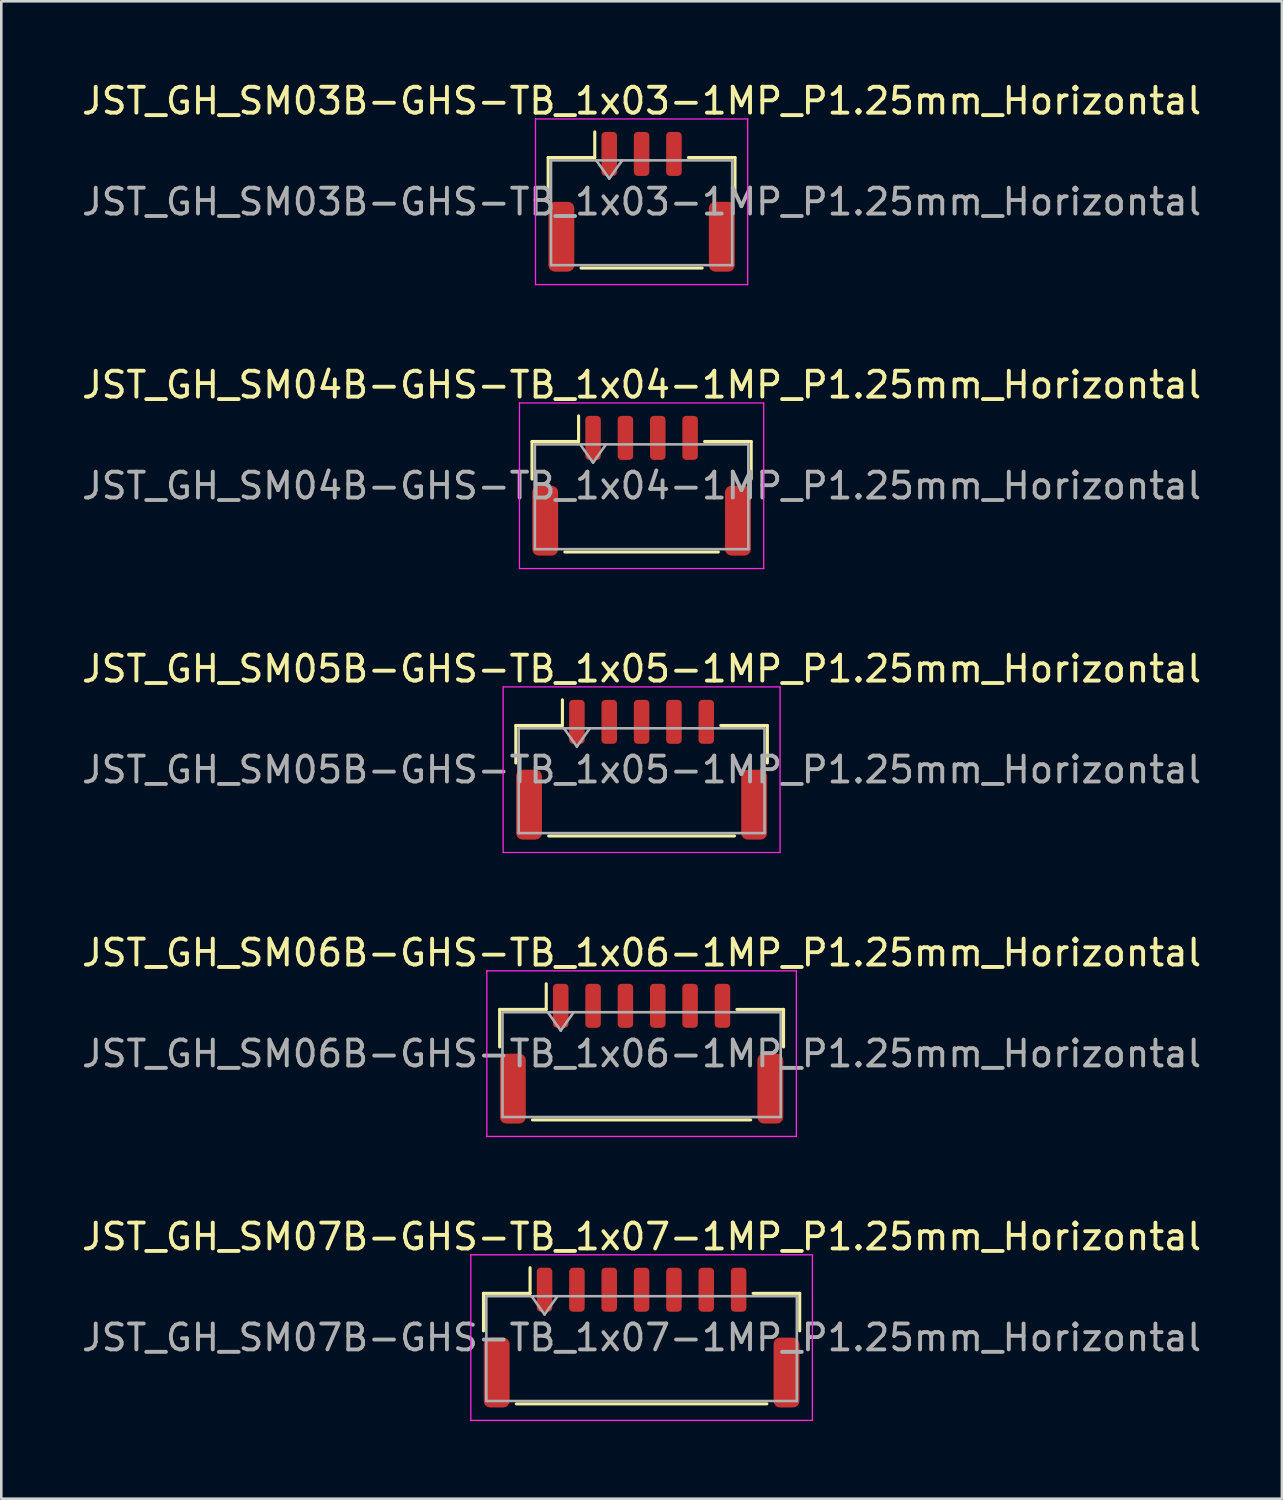
<source format=kicad_pcb>
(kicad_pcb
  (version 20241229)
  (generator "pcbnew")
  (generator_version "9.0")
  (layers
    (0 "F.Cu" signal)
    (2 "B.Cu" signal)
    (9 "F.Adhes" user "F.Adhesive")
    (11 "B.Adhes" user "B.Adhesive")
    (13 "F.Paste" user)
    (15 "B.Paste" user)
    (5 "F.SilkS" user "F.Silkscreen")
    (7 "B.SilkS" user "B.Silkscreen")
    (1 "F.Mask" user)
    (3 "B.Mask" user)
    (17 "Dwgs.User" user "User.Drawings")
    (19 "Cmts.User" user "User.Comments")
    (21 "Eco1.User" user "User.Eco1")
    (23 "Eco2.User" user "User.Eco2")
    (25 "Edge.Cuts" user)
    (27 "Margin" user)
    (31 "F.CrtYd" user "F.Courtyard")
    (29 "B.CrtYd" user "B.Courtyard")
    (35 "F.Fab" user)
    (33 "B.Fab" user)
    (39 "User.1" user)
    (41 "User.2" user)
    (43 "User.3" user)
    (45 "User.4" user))
  (footprint "JST_GH_SM05B-GHS-TB_1x05-1MP_P1.25mm_Horizontal"
    (layer "F.Cu")
    (at 21.744 26.695)
    (property "Reference" "JST_GH_SM05B-GHS-TB_1x05-1MP_P1.25mm_Horizontal" (at 0 -3.9 0) (layer "F.SilkS") (effects (font (size 1 1) (thickness 0.15))))
    (attr smd)
    (fp_line (start -4.86 -1.71) (end -3.06 -1.71) (stroke (width 0.12) (type solid)) (layer "F.SilkS"))
    (fp_line (start -4.86 -0.26) (end -4.86 -1.71) (stroke (width 0.12) (type solid)) (layer "F.SilkS"))
    (fp_line (start -3.59 2.56) (end 3.59 2.56) (stroke (width 0.12) (type solid)) (layer "F.SilkS"))
    (fp_line (start -3.06 -1.71) (end -3.06 -2.7) (stroke (width 0.12) (type solid)) (layer "F.SilkS"))
    (fp_line (start 4.86 -1.71) (end 3.06 -1.71) (stroke (width 0.12) (type solid)) (layer "F.SilkS"))
    (fp_line (start 4.86 -0.26) (end 4.86 -1.71) (stroke (width 0.12) (type solid)) (layer "F.SilkS"))
    (fp_line (start -5.35 -3.2) (end -5.35 3.2) (stroke (width 0.05) (type solid)) (layer "F.CrtYd"))
    (fp_line (start -5.35 3.2) (end 5.35 3.2) (stroke (width 0.05) (type solid)) (layer "F.CrtYd"))
    (fp_line (start 5.35 -3.2) (end -5.35 -3.2) (stroke (width 0.05) (type solid)) (layer "F.CrtYd"))
    (fp_line (start 5.35 3.2) (end 5.35 -3.2) (stroke (width 0.05) (type solid)) (layer "F.CrtYd"))
    (fp_line (start -4.75 -1.6) (end -4.75 2.45) (stroke (width 0.1) (type solid)) (layer "F.Fab"))
    (fp_line (start -4.75 -1.6) (end 4.75 -1.6) (stroke (width 0.1) (type solid)) (layer "F.Fab"))
    (fp_line (start -4.75 2.45) (end 4.75 2.45) (stroke (width 0.1) (type solid)) (layer "F.Fab"))
    (fp_line (start -3 -1.6) (end -2.5 -0.893) (stroke (width 0.1) (type solid)) (layer "F.Fab"))
    (fp_line (start -2.5 -0.893) (end -2 -1.6) (stroke (width 0.1) (type solid)) (layer "F.Fab"))
    (fp_line (start 4.75 -1.6) (end 4.75 2.45) (stroke (width 0.1) (type solid)) (layer "F.Fab"))
    (fp_text user "${REFERENCE}" (at 0 0 0) (layer "F.Fab") (effects (font (size 1 1) (thickness 0.15))))
    (pad "1" smd roundrect (at -2.5 -1.85) (size 0.6 1.7) (layers "F.Cu" "F.Mask" "F.Paste") (roundrect_rratio 0.25))
    (pad "2" smd roundrect (at -1.25 -1.85) (size 0.6 1.7) (layers "F.Cu" "F.Mask" "F.Paste") (roundrect_rratio 0.25))
    (pad "3" smd roundrect (at 0 -1.85) (size 0.6 1.7) (layers "F.Cu" "F.Mask" "F.Paste") (roundrect_rratio 0.25))
    (pad "4" smd roundrect (at 1.25 -1.85) (size 0.6 1.7) (layers "F.Cu" "F.Mask" "F.Paste") (roundrect_rratio 0.25))
    (pad "5" smd roundrect (at 2.5 -1.85) (size 0.6 1.7) (layers "F.Cu" "F.Mask" "F.Paste") (roundrect_rratio 0.25))
    (pad "MP" smd roundrect (at -4.35 1.35) (size 1 2.7) (layers "F.Cu" "F.Mask" "F.Paste") (roundrect_rratio 0.25))
    (pad "MP" smd roundrect (at 4.35 1.35) (size 1 2.7) (layers "F.Cu" "F.Mask" "F.Paste") (roundrect_rratio 0.25)))
  (footprint "JST_GH_SM06B-GHS-TB_1x06-1MP_P1.25mm_Horizontal"
    (layer "F.Cu")
    (at 21.744 37.668)
    (property "Reference" "JST_GH_SM06B-GHS-TB_1x06-1MP_P1.25mm_Horizontal" (at 0 -3.9 0) (layer "F.SilkS") (effects (font (size 1 1) (thickness 0.15))))
    (attr smd)
    (fp_line (start -5.485 -1.71) (end -3.685 -1.71) (stroke (width 0.12) (type solid)) (layer "F.SilkS"))
    (fp_line (start -5.485 -0.26) (end -5.485 -1.71) (stroke (width 0.12) (type solid)) (layer "F.SilkS"))
    (fp_line (start -4.215 2.56) (end 4.215 2.56) (stroke (width 0.12) (type solid)) (layer "F.SilkS"))
    (fp_line (start -3.685 -1.71) (end -3.685 -2.7) (stroke (width 0.12) (type solid)) (layer "F.SilkS"))
    (fp_line (start 5.485 -1.71) (end 3.685 -1.71) (stroke (width 0.12) (type solid)) (layer "F.SilkS"))
    (fp_line (start 5.485 -0.26) (end 5.485 -1.71) (stroke (width 0.12) (type solid)) (layer "F.SilkS"))
    (fp_line (start -5.98 -3.2) (end -5.98 3.2) (stroke (width 0.05) (type solid)) (layer "F.CrtYd"))
    (fp_line (start -5.98 3.2) (end 5.98 3.2) (stroke (width 0.05) (type solid)) (layer "F.CrtYd"))
    (fp_line (start 5.98 -3.2) (end -5.98 -3.2) (stroke (width 0.05) (type solid)) (layer "F.CrtYd"))
    (fp_line (start 5.98 3.2) (end 5.98 -3.2) (stroke (width 0.05) (type solid)) (layer "F.CrtYd"))
    (fp_line (start -5.375 -1.6) (end -5.375 2.45) (stroke (width 0.1) (type solid)) (layer "F.Fab"))
    (fp_line (start -5.375 -1.6) (end 5.375 -1.6) (stroke (width 0.1) (type solid)) (layer "F.Fab"))
    (fp_line (start -5.375 2.45) (end 5.375 2.45) (stroke (width 0.1) (type solid)) (layer "F.Fab"))
    (fp_line (start -3.625 -1.6) (end -3.125 -0.893) (stroke (width 0.1) (type solid)) (layer "F.Fab"))
    (fp_line (start -3.125 -0.893) (end -2.625 -1.6) (stroke (width 0.1) (type solid)) (layer "F.Fab"))
    (fp_line (start 5.375 -1.6) (end 5.375 2.45) (stroke (width 0.1) (type solid)) (layer "F.Fab"))
    (fp_text user "${REFERENCE}" (at 0 0 0) (layer "F.Fab") (effects (font (size 1 1) (thickness 0.15))))
    (pad "1" smd roundrect (at -3.125 -1.85) (size 0.6 1.7) (layers "F.Cu" "F.Mask" "F.Paste") (roundrect_rratio 0.25))
    (pad "2" smd roundrect (at -1.875 -1.85) (size 0.6 1.7) (layers "F.Cu" "F.Mask" "F.Paste") (roundrect_rratio 0.25))
    (pad "3" smd roundrect (at -0.625 -1.85) (size 0.6 1.7) (layers "F.Cu" "F.Mask" "F.Paste") (roundrect_rratio 0.25))
    (pad "4" smd roundrect (at 0.625 -1.85) (size 0.6 1.7) (layers "F.Cu" "F.Mask" "F.Paste") (roundrect_rratio 0.25))
    (pad "5" smd roundrect (at 1.875 -1.85) (size 0.6 1.7) (layers "F.Cu" "F.Mask" "F.Paste") (roundrect_rratio 0.25))
    (pad "6" smd roundrect (at 3.125 -1.85) (size 0.6 1.7) (layers "F.Cu" "F.Mask" "F.Paste") (roundrect_rratio 0.25))
    (pad "MP" smd roundrect (at -4.975 1.35) (size 1 2.7) (layers "F.Cu" "F.Mask" "F.Paste") (roundrect_rratio 0.25))
    (pad "MP" smd roundrect (at 4.975 1.35) (size 1 2.7) (layers "F.Cu" "F.Mask" "F.Paste") (roundrect_rratio 0.25)))
  (footprint "JST_GH_SM04B-GHS-TB_1x04-1MP_P1.25mm_Horizontal"
    (layer "F.Cu")
    (at 21.744 15.722)
    (property "Reference" "JST_GH_SM04B-GHS-TB_1x04-1MP_P1.25mm_Horizontal" (at 0 -3.9 0) (layer "F.SilkS") (effects (font (size 1 1) (thickness 0.15))))
    (attr smd)
    (fp_line (start -4.235 -1.71) (end -2.435 -1.71) (stroke (width 0.12) (type solid)) (layer "F.SilkS"))
    (fp_line (start -4.235 -0.26) (end -4.235 -1.71) (stroke (width 0.12) (type solid)) (layer "F.SilkS"))
    (fp_line (start -2.965 2.56) (end 2.965 2.56) (stroke (width 0.12) (type solid)) (layer "F.SilkS"))
    (fp_line (start -2.435 -1.71) (end -2.435 -2.7) (stroke (width 0.12) (type solid)) (layer "F.SilkS"))
    (fp_line (start 4.235 -1.71) (end 2.435 -1.71) (stroke (width 0.12) (type solid)) (layer "F.SilkS"))
    (fp_line (start 4.235 -0.26) (end 4.235 -1.71) (stroke (width 0.12) (type solid)) (layer "F.SilkS"))
    (fp_line (start -4.72 -3.2) (end -4.72 3.2) (stroke (width 0.05) (type solid)) (layer "F.CrtYd"))
    (fp_line (start -4.72 3.2) (end 4.72 3.2) (stroke (width 0.05) (type solid)) (layer "F.CrtYd"))
    (fp_line (start 4.72 -3.2) (end -4.72 -3.2) (stroke (width 0.05) (type solid)) (layer "F.CrtYd"))
    (fp_line (start 4.72 3.2) (end 4.72 -3.2) (stroke (width 0.05) (type solid)) (layer "F.CrtYd"))
    (fp_line (start -4.125 -1.6) (end -4.125 2.45) (stroke (width 0.1) (type solid)) (layer "F.Fab"))
    (fp_line (start -4.125 -1.6) (end 4.125 -1.6) (stroke (width 0.1) (type solid)) (layer "F.Fab"))
    (fp_line (start -4.125 2.45) (end 4.125 2.45) (stroke (width 0.1) (type solid)) (layer "F.Fab"))
    (fp_line (start -2.375 -1.6) (end -1.875 -0.893) (stroke (width 0.1) (type solid)) (layer "F.Fab"))
    (fp_line (start -1.875 -0.893) (end -1.375 -1.6) (stroke (width 0.1) (type solid)) (layer "F.Fab"))
    (fp_line (start 4.125 -1.6) (end 4.125 2.45) (stroke (width 0.1) (type solid)) (layer "F.Fab"))
    (fp_text user "${REFERENCE}" (at 0 0 0) (layer "F.Fab") (effects (font (size 1 1) (thickness 0.15))))
    (pad "1" smd roundrect (at -1.875 -1.85) (size 0.6 1.7) (layers "F.Cu" "F.Mask" "F.Paste") (roundrect_rratio 0.25))
    (pad "2" smd roundrect (at -0.625 -1.85) (size 0.6 1.7) (layers "F.Cu" "F.Mask" "F.Paste") (roundrect_rratio 0.25))
    (pad "3" smd roundrect (at 0.625 -1.85) (size 0.6 1.7) (layers "F.Cu" "F.Mask" "F.Paste") (roundrect_rratio 0.25))
    (pad "4" smd roundrect (at 1.875 -1.85) (size 0.6 1.7) (layers "F.Cu" "F.Mask" "F.Paste") (roundrect_rratio 0.25))
    (pad "MP" smd roundrect (at -3.725 1.35) (size 1 2.7) (layers "F.Cu" "F.Mask" "F.Paste") (roundrect_rratio 0.25))
    (pad "MP" smd roundrect (at 3.725 1.35) (size 1 2.7) (layers "F.Cu" "F.Mask" "F.Paste") (roundrect_rratio 0.25)))
  (footprint "JST_GH_SM03B-GHS-TB_1x03-1MP_P1.25mm_Horizontal"
    (layer "F.Cu")
    (at 21.744 4.748)
    (property "Reference" "JST_GH_SM03B-GHS-TB_1x03-1MP_P1.25mm_Horizontal" (at 0 -3.9 0) (layer "F.SilkS") (effects (font (size 1 1) (thickness 0.15))))
    (attr smd)
    (fp_line (start -3.61 -1.71) (end -1.81 -1.71) (stroke (width 0.12) (type solid)) (layer "F.SilkS"))
    (fp_line (start -3.61 -0.26) (end -3.61 -1.71) (stroke (width 0.12) (type solid)) (layer "F.SilkS"))
    (fp_line (start -2.34 2.56) (end 2.34 2.56) (stroke (width 0.12) (type solid)) (layer "F.SilkS"))
    (fp_line (start -1.81 -1.71) (end -1.81 -2.7) (stroke (width 0.12) (type solid)) (layer "F.SilkS"))
    (fp_line (start 3.61 -1.71) (end 1.81 -1.71) (stroke (width 0.12) (type solid)) (layer "F.SilkS"))
    (fp_line (start 3.61 -0.26) (end 3.61 -1.71) (stroke (width 0.12) (type solid)) (layer "F.SilkS"))
    (fp_line (start -4.1 -3.2) (end -4.1 3.2) (stroke (width 0.05) (type solid)) (layer "F.CrtYd"))
    (fp_line (start -4.1 3.2) (end 4.1 3.2) (stroke (width 0.05) (type solid)) (layer "F.CrtYd"))
    (fp_line (start 4.1 -3.2) (end -4.1 -3.2) (stroke (width 0.05) (type solid)) (layer "F.CrtYd"))
    (fp_line (start 4.1 3.2) (end 4.1 -3.2) (stroke (width 0.05) (type solid)) (layer "F.CrtYd"))
    (fp_line (start -3.5 -1.6) (end -3.5 2.45) (stroke (width 0.1) (type solid)) (layer "F.Fab"))
    (fp_line (start -3.5 -1.6) (end 3.5 -1.6) (stroke (width 0.1) (type solid)) (layer "F.Fab"))
    (fp_line (start -3.5 2.45) (end 3.5 2.45) (stroke (width 0.1) (type solid)) (layer "F.Fab"))
    (fp_line (start -1.75 -1.6) (end -1.25 -0.893) (stroke (width 0.1) (type solid)) (layer "F.Fab"))
    (fp_line (start -1.25 -0.893) (end -0.75 -1.6) (stroke (width 0.1) (type solid)) (layer "F.Fab"))
    (fp_line (start 3.5 -1.6) (end 3.5 2.45) (stroke (width 0.1) (type solid)) (layer "F.Fab"))
    (fp_text user "${REFERENCE}" (at 0 0 0) (layer "F.Fab") (effects (font (size 1 1) (thickness 0.15))))
    (pad "1" smd roundrect (at -1.25 -1.85) (size 0.6 1.7) (layers "F.Cu" "F.Mask" "F.Paste") (roundrect_rratio 0.25))
    (pad "2" smd roundrect (at 0 -1.85) (size 0.6 1.7) (layers "F.Cu" "F.Mask" "F.Paste") (roundrect_rratio 0.25))
    (pad "3" smd roundrect (at 1.25 -1.85) (size 0.6 1.7) (layers "F.Cu" "F.Mask" "F.Paste") (roundrect_rratio 0.25))
    (pad "MP" smd roundrect (at -3.1 1.35) (size 1 2.7) (layers "F.Cu" "F.Mask" "F.Paste") (roundrect_rratio 0.25))
    (pad "MP" smd roundrect (at 3.1 1.35) (size 1 2.7) (layers "F.Cu" "F.Mask" "F.Paste") (roundrect_rratio 0.25)))
  (footprint "JST_GH_SM07B-GHS-TB_1x07-1MP_P1.25mm_Horizontal"
    (layer "F.Cu")
    (at 21.744 48.641)
    (property "Reference" "JST_GH_SM07B-GHS-TB_1x07-1MP_P1.25mm_Horizontal" (at 0 -3.9 0) (layer "F.SilkS") (effects (font (size 1 1) (thickness 0.15))))
    (attr smd)
    (fp_line (start -6.11 -1.71) (end -4.31 -1.71) (stroke (width 0.12) (type solid)) (layer "F.SilkS"))
    (fp_line (start -6.11 -0.26) (end -6.11 -1.71) (stroke (width 0.12) (type solid)) (layer "F.SilkS"))
    (fp_line (start -4.84 2.56) (end 4.84 2.56) (stroke (width 0.12) (type solid)) (layer "F.SilkS"))
    (fp_line (start -4.31 -1.71) (end -4.31 -2.7) (stroke (width 0.12) (type solid)) (layer "F.SilkS"))
    (fp_line (start 6.11 -1.71) (end 4.31 -1.71) (stroke (width 0.12) (type solid)) (layer "F.SilkS"))
    (fp_line (start 6.11 -0.26) (end 6.11 -1.71) (stroke (width 0.12) (type solid)) (layer "F.SilkS"))
    (fp_line (start -6.6 -3.2) (end -6.6 3.2) (stroke (width 0.05) (type solid)) (layer "F.CrtYd"))
    (fp_line (start -6.6 3.2) (end 6.6 3.2) (stroke (width 0.05) (type solid)) (layer "F.CrtYd"))
    (fp_line (start 6.6 -3.2) (end -6.6 -3.2) (stroke (width 0.05) (type solid)) (layer "F.CrtYd"))
    (fp_line (start 6.6 3.2) (end 6.6 -3.2) (stroke (width 0.05) (type solid)) (layer "F.CrtYd"))
    (fp_line (start -6 -1.6) (end -6 2.45) (stroke (width 0.1) (type solid)) (layer "F.Fab"))
    (fp_line (start -6 -1.6) (end 6 -1.6) (stroke (width 0.1) (type solid)) (layer "F.Fab"))
    (fp_line (start -6 2.45) (end 6 2.45) (stroke (width 0.1) (type solid)) (layer "F.Fab"))
    (fp_line (start -4.25 -1.6) (end -3.75 -0.893) (stroke (width 0.1) (type solid)) (layer "F.Fab"))
    (fp_line (start -3.75 -0.893) (end -3.25 -1.6) (stroke (width 0.1) (type solid)) (layer "F.Fab"))
    (fp_line (start 6 -1.6) (end 6 2.45) (stroke (width 0.1) (type solid)) (layer "F.Fab"))
    (fp_text user "${REFERENCE}" (at 0 0 0) (layer "F.Fab") (effects (font (size 1 1) (thickness 0.15))))
    (pad "1" smd roundrect (at -3.75 -1.85) (size 0.6 1.7) (layers "F.Cu" "F.Mask" "F.Paste") (roundrect_rratio 0.25))
    (pad "2" smd roundrect (at -2.5 -1.85) (size 0.6 1.7) (layers "F.Cu" "F.Mask" "F.Paste") (roundrect_rratio 0.25))
    (pad "3" smd roundrect (at -1.25 -1.85) (size 0.6 1.7) (layers "F.Cu" "F.Mask" "F.Paste") (roundrect_rratio 0.25))
    (pad "4" smd roundrect (at 0 -1.85) (size 0.6 1.7) (layers "F.Cu" "F.Mask" "F.Paste") (roundrect_rratio 0.25))
    (pad "5" smd roundrect (at 1.25 -1.85) (size 0.6 1.7) (layers "F.Cu" "F.Mask" "F.Paste") (roundrect_rratio 0.25))
    (pad "6" smd roundrect (at 2.5 -1.85) (size 0.6 1.7) (layers "F.Cu" "F.Mask" "F.Paste") (roundrect_rratio 0.25))
    (pad "7" smd roundrect (at 3.75 -1.85) (size 0.6 1.7) (layers "F.Cu" "F.Mask" "F.Paste") (roundrect_rratio 0.25))
    (pad "MP" smd roundrect (at -5.6 1.35) (size 1 2.7) (layers "F.Cu" "F.Mask" "F.Paste") (roundrect_rratio 0.25))
    (pad "MP" smd roundrect (at 5.6 1.35) (size 1 2.7) (layers "F.Cu" "F.Mask" "F.Paste") (roundrect_rratio 0.25)))
  (gr_rect
    (start -3 -3)
    (end 46.488 54.866)
    (stroke (width 0.1) (type default))
    (fill no)
    (layer "Edge.Cuts")))
</source>
